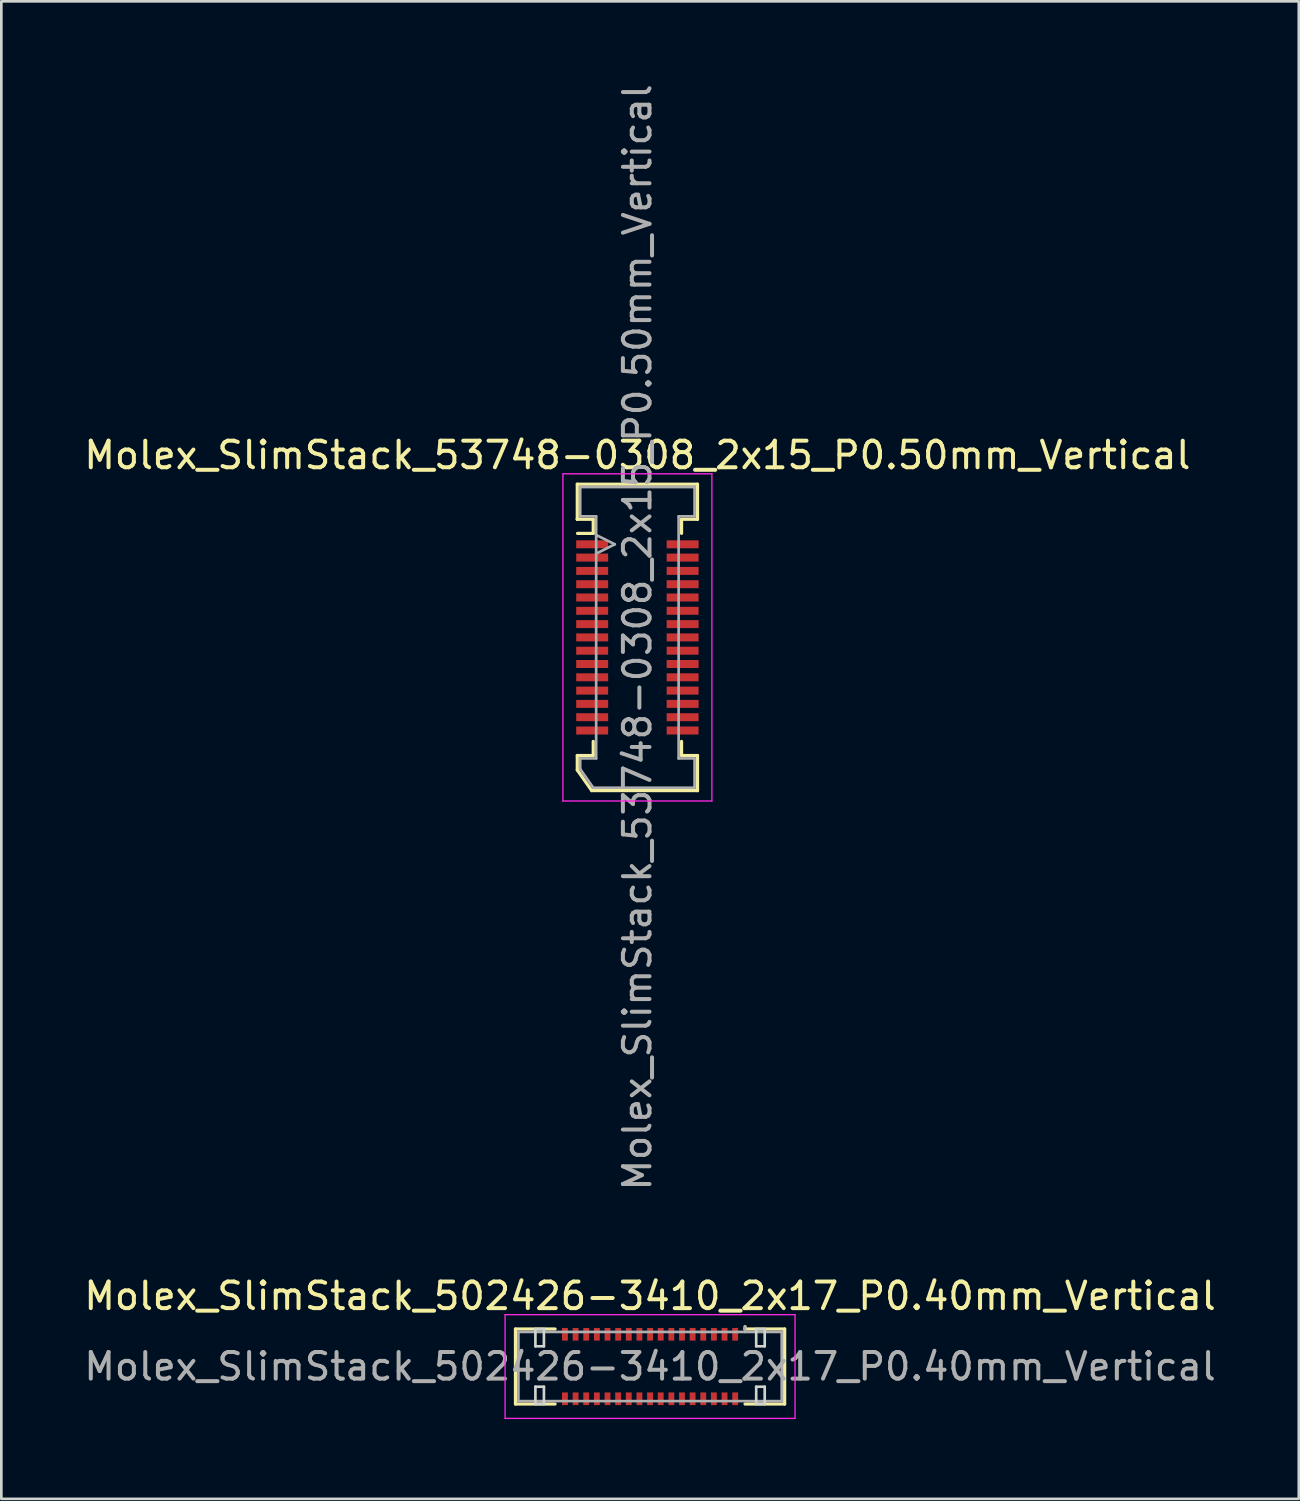
<source format=kicad_pcb>
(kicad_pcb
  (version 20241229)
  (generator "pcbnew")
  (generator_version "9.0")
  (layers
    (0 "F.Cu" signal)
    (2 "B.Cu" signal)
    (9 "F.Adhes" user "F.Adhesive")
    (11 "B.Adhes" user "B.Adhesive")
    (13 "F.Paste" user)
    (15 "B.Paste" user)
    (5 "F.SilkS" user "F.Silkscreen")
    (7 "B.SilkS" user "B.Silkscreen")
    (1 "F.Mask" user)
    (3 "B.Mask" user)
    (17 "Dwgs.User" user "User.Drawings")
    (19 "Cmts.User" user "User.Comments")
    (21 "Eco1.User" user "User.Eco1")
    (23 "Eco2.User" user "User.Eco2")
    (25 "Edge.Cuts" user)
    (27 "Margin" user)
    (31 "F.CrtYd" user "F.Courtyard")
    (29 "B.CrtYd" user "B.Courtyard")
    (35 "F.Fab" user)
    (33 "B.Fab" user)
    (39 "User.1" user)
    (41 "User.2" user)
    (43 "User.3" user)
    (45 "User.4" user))
  (footprint "Molex_SlimStack_502426-3410_2x17_P0.40mm_Vertical"
    (layer "F.Cu")
    (at 21.387 48.32)
    (property "Reference" "Molex_SlimStack_502426-3410_2x17_P0.40mm_Vertical" (at 0 -2.65 0) (layer "F.SilkS") (effects (font (size 1 1) (thickness 0.15))))
    (attr smd)
    (fp_line (start -5.06 -1.41) (end -3.57 -1.41) (stroke (width 0.12) (type solid)) (layer "F.SilkS"))
    (fp_line (start -5.06 1.41) (end -5.06 -1.41) (stroke (width 0.12) (type solid)) (layer "F.SilkS"))
    (fp_line (start -3.57 1.41) (end -5.06 1.41) (stroke (width 0.12) (type solid)) (layer "F.SilkS"))
    (fp_line (start 3.57 -1.41) (end 3.57 -1.5) (stroke (width 0.12) (type solid)) (layer "F.SilkS"))
    (fp_line (start 3.57 1.41) (end 5.06 1.41) (stroke (width 0.12) (type solid)) (layer "F.SilkS"))
    (fp_line (start 5.06 -1.41) (end 3.57 -1.41) (stroke (width 0.12) (type solid)) (layer "F.SilkS"))
    (fp_line (start 5.06 1.41) (end 5.06 -1.41) (stroke (width 0.12) (type solid)) (layer "F.SilkS"))
    (fp_line (start -4.31 -1.41) (end -4.31 -0.76) (stroke (width 0.1) (type solid)) (layer "Edge.Cuts"))
    (fp_line (start -4.31 -0.76) (end -3.99 -0.76) (stroke (width 0.1) (type solid)) (layer "Edge.Cuts"))
    (fp_line (start -4.31 0.76) (end -4.31 1.41) (stroke (width 0.1) (type solid)) (layer "Edge.Cuts"))
    (fp_line (start -4.31 1.41) (end -3.99 1.41) (stroke (width 0.1) (type solid)) (layer "Edge.Cuts"))
    (fp_line (start -3.99 -1.41) (end -4.31 -1.41) (stroke (width 0.1) (type solid)) (layer "Edge.Cuts"))
    (fp_line (start -3.99 -0.76) (end -3.99 -1.41) (stroke (width 0.1) (type solid)) (layer "Edge.Cuts"))
    (fp_line (start -3.99 0.76) (end -4.31 0.76) (stroke (width 0.1) (type solid)) (layer "Edge.Cuts"))
    (fp_line (start -3.99 1.41) (end -3.99 0.76) (stroke (width 0.1) (type solid)) (layer "Edge.Cuts"))
    (fp_line (start 3.99 -1.41) (end 3.99 -0.76) (stroke (width 0.1) (type solid)) (layer "Edge.Cuts"))
    (fp_line (start 3.99 -0.76) (end 4.31 -0.76) (stroke (width 0.1) (type solid)) (layer "Edge.Cuts"))
    (fp_line (start 3.99 0.76) (end 3.99 1.41) (stroke (width 0.1) (type solid)) (layer "Edge.Cuts"))
    (fp_line (start 3.99 1.41) (end 4.31 1.41) (stroke (width 0.1) (type solid)) (layer "Edge.Cuts"))
    (fp_line (start 4.31 -1.41) (end 3.99 -1.41) (stroke (width 0.1) (type solid)) (layer "Edge.Cuts"))
    (fp_line (start 4.31 -0.76) (end 4.31 -1.41) (stroke (width 0.1) (type solid)) (layer "Edge.Cuts"))
    (fp_line (start 4.31 0.76) (end 3.99 0.76) (stroke (width 0.1) (type solid)) (layer "Edge.Cuts"))
    (fp_line (start 4.31 1.41) (end 4.31 0.76) (stroke (width 0.1) (type solid)) (layer "Edge.Cuts"))
    (fp_line (start -5.45 -1.95) (end -5.45 1.95) (stroke (width 0.05) (type solid)) (layer "F.CrtYd"))
    (fp_line (start -5.45 1.95) (end 5.45 1.95) (stroke (width 0.05) (type solid)) (layer "F.CrtYd"))
    (fp_line (start 5.45 -1.95) (end -5.45 -1.95) (stroke (width 0.05) (type solid)) (layer "F.CrtYd"))
    (fp_line (start 5.45 1.95) (end 5.45 -1.95) (stroke (width 0.05) (type solid)) (layer "F.CrtYd"))
    (fp_line (start -4.95 -1.3) (end -4.95 1.3) (stroke (width 0.1) (type solid)) (layer "F.Fab"))
    (fp_line (start -4.95 1.3) (end 4.95 1.3) (stroke (width 0.1) (type solid)) (layer "F.Fab"))
    (fp_line (start 3.57 -1.3) (end 3.57 -1.5) (stroke (width 0.1) (type solid)) (layer "F.Fab"))
    (fp_line (start 4.95 -1.3) (end -4.95 -1.3) (stroke (width 0.1) (type solid)) (layer "F.Fab"))
    (fp_line (start 4.95 1.3) (end 4.95 -1.3) (stroke (width 0.1) (type solid)) (layer "F.Fab"))
    (fp_text user "${REFERENCE}" (at 0 0 0) (layer "F.Fab") (effects (font (size 1 1) (thickness 0.15))))
    (pad "1" smd rect (at 3.2 -1.212) (size 0.22 0.475) (layers "F.Cu" "F.Mask" "F.Paste"))
    (pad "2" smd rect (at 3.2 1.212) (size 0.22 0.475) (layers "F.Cu" "F.Mask" "F.Paste"))
    (pad "3" smd rect (at 2.8 -1.212) (size 0.22 0.475) (layers "F.Cu" "F.Mask" "F.Paste"))
    (pad "4" smd rect (at 2.8 1.212) (size 0.22 0.475) (layers "F.Cu" "F.Mask" "F.Paste"))
    (pad "5" smd rect (at 2.4 -1.212) (size 0.22 0.475) (layers "F.Cu" "F.Mask" "F.Paste"))
    (pad "6" smd rect (at 2.4 1.212) (size 0.22 0.475) (layers "F.Cu" "F.Mask" "F.Paste"))
    (pad "7" smd rect (at 2 -1.212) (size 0.22 0.475) (layers "F.Cu" "F.Mask" "F.Paste"))
    (pad "8" smd rect (at 2 1.212) (size 0.22 0.475) (layers "F.Cu" "F.Mask" "F.Paste"))
    (pad "9" smd rect (at 1.6 -1.212) (size 0.22 0.475) (layers "F.Cu" "F.Mask" "F.Paste"))
    (pad "10" smd rect (at 1.6 1.212) (size 0.22 0.475) (layers "F.Cu" "F.Mask" "F.Paste"))
    (pad "11" smd rect (at 1.2 -1.212) (size 0.22 0.475) (layers "F.Cu" "F.Mask" "F.Paste"))
    (pad "12" smd rect (at 1.2 1.212) (size 0.22 0.475) (layers "F.Cu" "F.Mask" "F.Paste"))
    (pad "13" smd rect (at 0.8 -1.212) (size 0.22 0.475) (layers "F.Cu" "F.Mask" "F.Paste"))
    (pad "14" smd rect (at 0.8 1.212) (size 0.22 0.475) (layers "F.Cu" "F.Mask" "F.Paste"))
    (pad "15" smd rect (at 0.4 -1.212) (size 0.22 0.475) (layers "F.Cu" "F.Mask" "F.Paste"))
    (pad "16" smd rect (at 0.4 1.212) (size 0.22 0.475) (layers "F.Cu" "F.Mask" "F.Paste"))
    (pad "17" smd rect (at 0 -1.212) (size 0.22 0.475) (layers "F.Cu" "F.Mask" "F.Paste"))
    (pad "18" smd rect (at 0 1.212) (size 0.22 0.475) (layers "F.Cu" "F.Mask" "F.Paste"))
    (pad "19" smd rect (at -0.4 -1.212) (size 0.22 0.475) (layers "F.Cu" "F.Mask" "F.Paste"))
    (pad "20" smd rect (at -0.4 1.212) (size 0.22 0.475) (layers "F.Cu" "F.Mask" "F.Paste"))
    (pad "21" smd rect (at -0.8 -1.212) (size 0.22 0.475) (layers "F.Cu" "F.Mask" "F.Paste"))
    (pad "22" smd rect (at -0.8 1.212) (size 0.22 0.475) (layers "F.Cu" "F.Mask" "F.Paste"))
    (pad "23" smd rect (at -1.2 -1.212) (size 0.22 0.475) (layers "F.Cu" "F.Mask" "F.Paste"))
    (pad "24" smd rect (at -1.2 1.212) (size 0.22 0.475) (layers "F.Cu" "F.Mask" "F.Paste"))
    (pad "25" smd rect (at -1.6 -1.212) (size 0.22 0.475) (layers "F.Cu" "F.Mask" "F.Paste"))
    (pad "26" smd rect (at -1.6 1.212) (size 0.22 0.475) (layers "F.Cu" "F.Mask" "F.Paste"))
    (pad "27" smd rect (at -2 -1.212) (size 0.22 0.475) (layers "F.Cu" "F.Mask" "F.Paste"))
    (pad "28" smd rect (at -2 1.212) (size 0.22 0.475) (layers "F.Cu" "F.Mask" "F.Paste"))
    (pad "29" smd rect (at -2.4 -1.212) (size 0.22 0.475) (layers "F.Cu" "F.Mask" "F.Paste"))
    (pad "30" smd rect (at -2.4 1.212) (size 0.22 0.475) (layers "F.Cu" "F.Mask" "F.Paste"))
    (pad "31" smd rect (at -2.8 -1.212) (size 0.22 0.475) (layers "F.Cu" "F.Mask" "F.Paste"))
    (pad "32" smd rect (at -2.8 1.212) (size 0.22 0.475) (layers "F.Cu" "F.Mask" "F.Paste"))
    (pad "33" smd rect (at -3.2 -1.212) (size 0.22 0.475) (layers "F.Cu" "F.Mask" "F.Paste"))
    (pad "34" smd rect (at -3.2 1.212) (size 0.22 0.475) (layers "F.Cu" "F.Mask" "F.Paste")))
  (footprint "Molex_SlimStack_53748-0308_2x15_P0.50mm_Vertical"
    (layer "F.Cu")
    (at 20.911 20.911)
    (property "Reference" "Molex_SlimStack_53748-0308_2x15_P0.50mm_Vertical" (at 0 -6.85 0) (layer "F.SilkS") (effects (font (size 1 1) (thickness 0.15))))
    (attr smd)
    (fp_line (start -2.26 -5.76) (end -2.26 -4.44) (stroke (width 0.12) (type solid)) (layer "F.SilkS"))
    (fp_line (start -2.26 -4.44) (end -2.26 -4.44) (stroke (width 0.12) (type solid)) (layer "F.SilkS"))
    (fp_line (start -2.26 -4.44) (end -1.66 -4.44) (stroke (width 0.12) (type solid)) (layer "F.SilkS"))
    (fp_line (start -2.26 4.44) (end -1.66 4.44) (stroke (width 0.12) (type solid)) (layer "F.SilkS"))
    (fp_line (start -2.26 4.985) (end -2.26 4.44) (stroke (width 0.12) (type solid)) (layer "F.SilkS"))
    (fp_line (start -1.717 5.76) (end -2.26 4.985) (stroke (width 0.12) (type solid)) (layer "F.SilkS"))
    (fp_line (start -1.66 -4.44) (end -1.66 -3.91) (stroke (width 0.12) (type solid)) (layer "F.SilkS"))
    (fp_line (start -1.66 -3.91) (end -2.25 -3.91) (stroke (width 0.12) (type solid)) (layer "F.SilkS"))
    (fp_line (start -1.66 4.44) (end -1.66 3.91) (stroke (width 0.12) (type solid)) (layer "F.SilkS"))
    (fp_line (start 1.66 -4.44) (end 2.26 -4.44) (stroke (width 0.12) (type solid)) (layer "F.SilkS"))
    (fp_line (start 1.66 -3.91) (end 1.66 -4.44) (stroke (width 0.12) (type solid)) (layer "F.SilkS"))
    (fp_line (start 1.66 3.91) (end 1.66 4.44) (stroke (width 0.12) (type solid)) (layer "F.SilkS"))
    (fp_line (start 1.66 4.44) (end 2.26 4.44) (stroke (width 0.12) (type solid)) (layer "F.SilkS"))
    (fp_line (start 2.26 -5.76) (end -2.26 -5.76) (stroke (width 0.12) (type solid)) (layer "F.SilkS"))
    (fp_line (start 2.26 -4.44) (end 2.26 -5.76) (stroke (width 0.12) (type solid)) (layer "F.SilkS"))
    (fp_line (start 2.26 4.44) (end 2.26 5.76) (stroke (width 0.12) (type solid)) (layer "F.SilkS"))
    (fp_line (start 2.26 5.76) (end -1.717 5.76) (stroke (width 0.12) (type solid)) (layer "F.SilkS"))
    (fp_line (start -2.8 -6.15) (end -2.8 6.15) (stroke (width 0.05) (type solid)) (layer "F.CrtYd"))
    (fp_line (start -2.8 6.15) (end 2.8 6.15) (stroke (width 0.05) (type solid)) (layer "F.CrtYd"))
    (fp_line (start 2.8 -6.15) (end -2.8 -6.15) (stroke (width 0.05) (type solid)) (layer "F.CrtYd"))
    (fp_line (start 2.8 6.15) (end 2.8 -6.15) (stroke (width 0.05) (type solid)) (layer "F.CrtYd"))
    (fp_line (start -2.15 -5.65) (end -2.15 -4.55) (stroke (width 0.1) (type solid)) (layer "F.Fab"))
    (fp_line (start -2.15 -4.55) (end -1.55 -4.55) (stroke (width 0.1) (type solid)) (layer "F.Fab"))
    (fp_line (start -2.15 4.55) (end -2.15 4.95) (stroke (width 0.1) (type solid)) (layer "F.Fab"))
    (fp_line (start -2.15 4.95) (end -1.66 5.65) (stroke (width 0.1) (type solid)) (layer "F.Fab"))
    (fp_line (start -1.66 5.65) (end 2.15 5.65) (stroke (width 0.1) (type solid)) (layer "F.Fab"))
    (fp_line (start -1.55 -4.55) (end -1.55 4.55) (stroke (width 0.1) (type solid)) (layer "F.Fab"))
    (fp_line (start -1.55 4.55) (end -2.15 4.55) (stroke (width 0.1) (type solid)) (layer "F.Fab"))
    (fp_line (start -0.85 -3.5) (end -1.55 -3.85) (stroke (width 0.1) (type solid)) (layer "F.Fab"))
    (fp_line (start -0.85 -3.5) (end -1.55 -3.15) (stroke (width 0.1) (type solid)) (layer "F.Fab"))
    (fp_line (start 1.55 -4.55) (end 2.15 -4.55) (stroke (width 0.1) (type solid)) (layer "F.Fab"))
    (fp_line (start 1.55 4.55) (end 1.55 -4.55) (stroke (width 0.1) (type solid)) (layer "F.Fab"))
    (fp_line (start 2.15 -5.65) (end -2.15 -5.65) (stroke (width 0.1) (type solid)) (layer "F.Fab"))
    (fp_line (start 2.15 -4.55) (end 2.15 -5.65) (stroke (width 0.1) (type solid)) (layer "F.Fab"))
    (fp_line (start 2.15 4.55) (end 1.55 4.55) (stroke (width 0.1) (type solid)) (layer "F.Fab"))
    (fp_line (start 2.15 5.65) (end 2.15 4.55) (stroke (width 0.1) (type solid)) (layer "F.Fab"))
    (fp_text user "${REFERENCE}" (at 0 0 90) (layer "F.Fab") (effects (font (size 1 1) (thickness 0.15))))
    (pad "1" smd rect (at -1.7 -3.5) (size 1.2 0.3) (layers "F.Cu" "F.Mask" "F.Paste"))
    (pad "2" smd rect (at 1.7 -3.5) (size 1.2 0.3) (layers "F.Cu" "F.Mask" "F.Paste"))
    (pad "3" smd rect (at -1.7 -3) (size 1.2 0.3) (layers "F.Cu" "F.Mask" "F.Paste"))
    (pad "4" smd rect (at 1.7 -3) (size 1.2 0.3) (layers "F.Cu" "F.Mask" "F.Paste"))
    (pad "5" smd rect (at -1.7 -2.5) (size 1.2 0.3) (layers "F.Cu" "F.Mask" "F.Paste"))
    (pad "6" smd rect (at 1.7 -2.5) (size 1.2 0.3) (layers "F.Cu" "F.Mask" "F.Paste"))
    (pad "7" smd rect (at -1.7 -2) (size 1.2 0.3) (layers "F.Cu" "F.Mask" "F.Paste"))
    (pad "8" smd rect (at 1.7 -2) (size 1.2 0.3) (layers "F.Cu" "F.Mask" "F.Paste"))
    (pad "9" smd rect (at -1.7 -1.5) (size 1.2 0.3) (layers "F.Cu" "F.Mask" "F.Paste"))
    (pad "10" smd rect (at 1.7 -1.5) (size 1.2 0.3) (layers "F.Cu" "F.Mask" "F.Paste"))
    (pad "11" smd rect (at -1.7 -1) (size 1.2 0.3) (layers "F.Cu" "F.Mask" "F.Paste"))
    (pad "12" smd rect (at 1.7 -1) (size 1.2 0.3) (layers "F.Cu" "F.Mask" "F.Paste"))
    (pad "13" smd rect (at -1.7 -0.5) (size 1.2 0.3) (layers "F.Cu" "F.Mask" "F.Paste"))
    (pad "14" smd rect (at 1.7 -0.5) (size 1.2 0.3) (layers "F.Cu" "F.Mask" "F.Paste"))
    (pad "15" smd rect (at -1.7 0) (size 1.2 0.3) (layers "F.Cu" "F.Mask" "F.Paste"))
    (pad "16" smd rect (at 1.7 0) (size 1.2 0.3) (layers "F.Cu" "F.Mask" "F.Paste"))
    (pad "17" smd rect (at -1.7 0.5) (size 1.2 0.3) (layers "F.Cu" "F.Mask" "F.Paste"))
    (pad "18" smd rect (at 1.7 0.5) (size 1.2 0.3) (layers "F.Cu" "F.Mask" "F.Paste"))
    (pad "19" smd rect (at -1.7 1) (size 1.2 0.3) (layers "F.Cu" "F.Mask" "F.Paste"))
    (pad "20" smd rect (at 1.7 1) (size 1.2 0.3) (layers "F.Cu" "F.Mask" "F.Paste"))
    (pad "21" smd rect (at -1.7 1.5) (size 1.2 0.3) (layers "F.Cu" "F.Mask" "F.Paste"))
    (pad "22" smd rect (at 1.7 1.5) (size 1.2 0.3) (layers "F.Cu" "F.Mask" "F.Paste"))
    (pad "23" smd rect (at -1.7 2) (size 1.2 0.3) (layers "F.Cu" "F.Mask" "F.Paste"))
    (pad "24" smd rect (at 1.7 2) (size 1.2 0.3) (layers "F.Cu" "F.Mask" "F.Paste"))
    (pad "25" smd rect (at -1.7 2.5) (size 1.2 0.3) (layers "F.Cu" "F.Mask" "F.Paste"))
    (pad "26" smd rect (at 1.7 2.5) (size 1.2 0.3) (layers "F.Cu" "F.Mask" "F.Paste"))
    (pad "27" smd rect (at -1.7 3) (size 1.2 0.3) (layers "F.Cu" "F.Mask" "F.Paste"))
    (pad "28" smd rect (at 1.7 3) (size 1.2 0.3) (layers "F.Cu" "F.Mask" "F.Paste"))
    (pad "29" smd rect (at -1.7 3.5) (size 1.2 0.3) (layers "F.Cu" "F.Mask" "F.Paste"))
    (pad "30" smd rect (at 1.7 3.5) (size 1.2 0.3) (layers "F.Cu" "F.Mask" "F.Paste")))
  (gr_rect
    (start -3 -3)
    (end 45.774 53.295)
    (stroke (width 0.1) (type default))
    (fill no)
    (layer "Edge.Cuts")))
</source>
